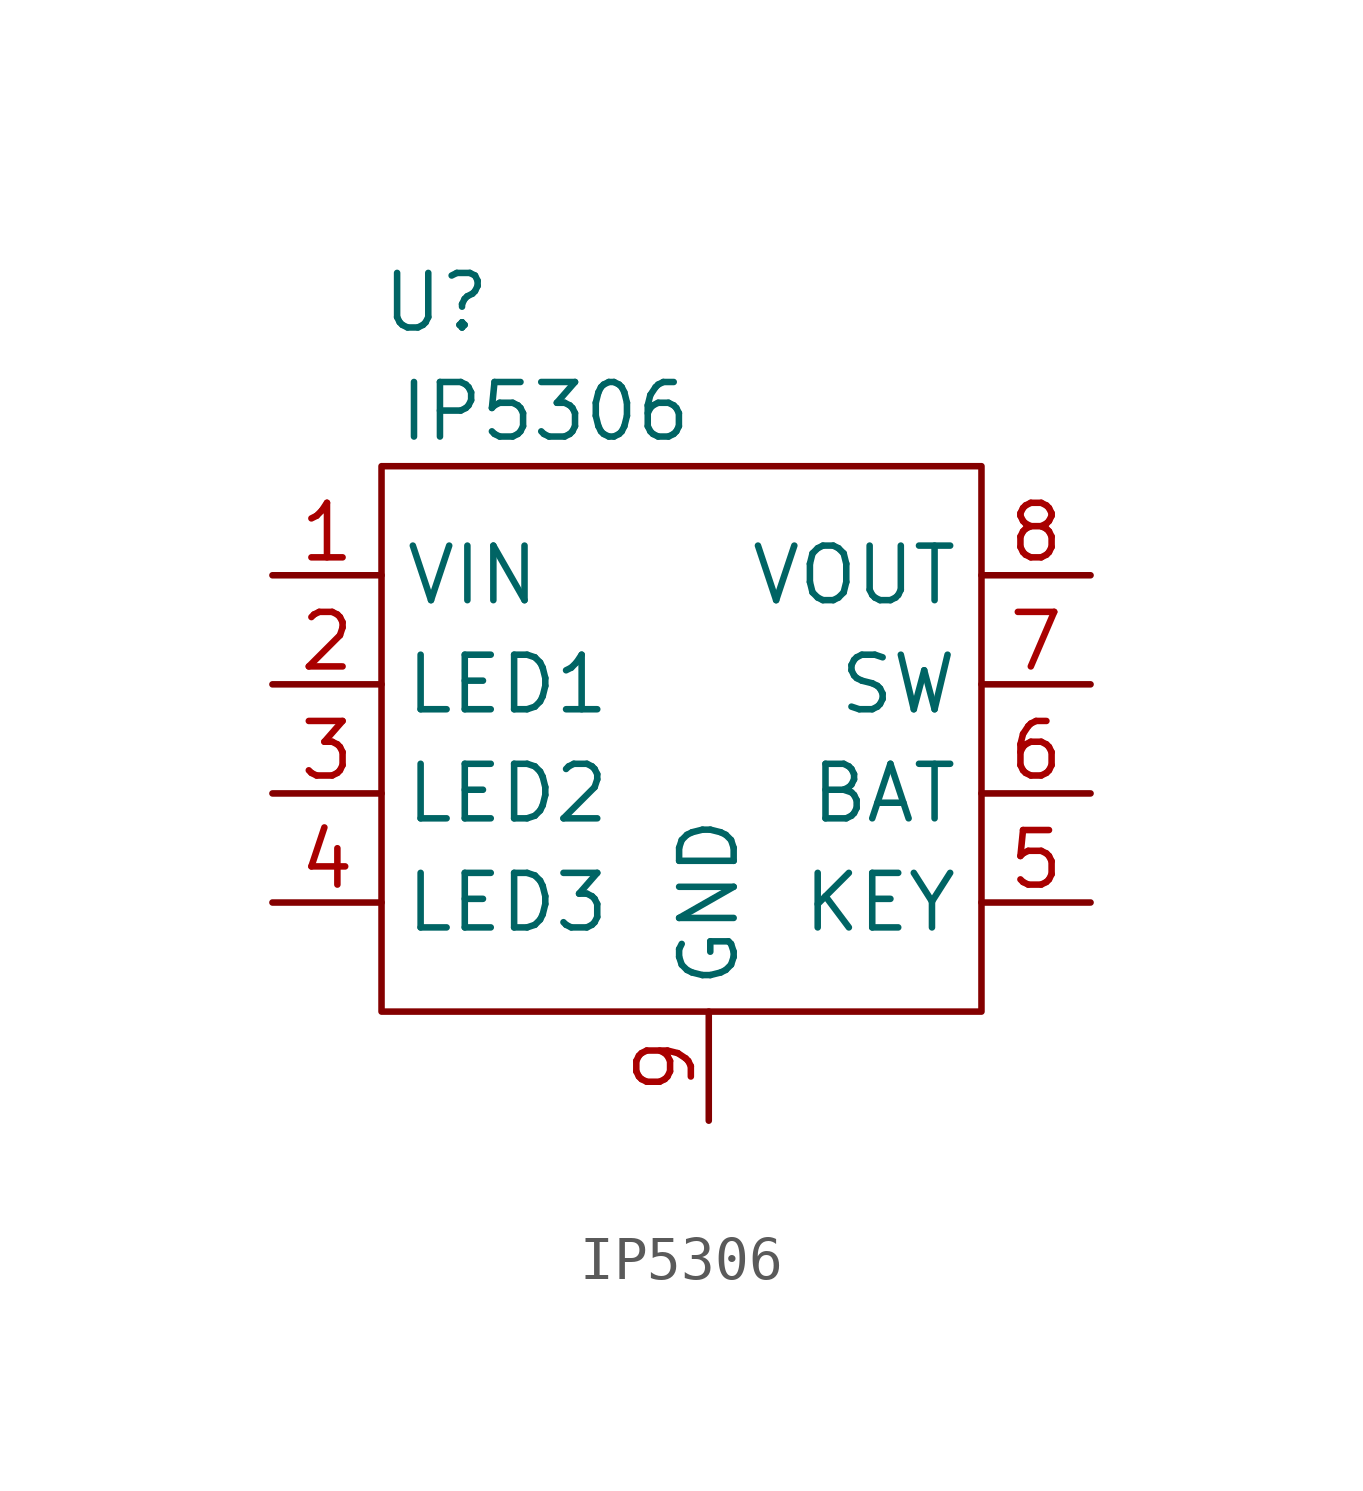
<source format=kicad_sym>
(kicad_symbol_lib
  (version 20211014)
  (generator kicad_symbol_editor)
  (symbol "IP5306"
    (property "Reference" "U"
      (at 1.27 3.81 0)
      (effects (font (size 1.27 1.27))))
    (property "Value" "IP5306"
      (at 3.81 1.27 0)
      (effects (font (size 1.27 1.27))))
    (symbol "IP5306_0_1"
      (rectangle (start 0 0) (end 13.97 -12.7) (stroke (width 0) (type default) (color 0 0 0 0)) (fill (type none))))
    (symbol "IP5306_1_1"
      (pin input line (at -2.54 -2.54 0) (length 2.54) (name "VIN" (effects (font (size 1.27 1.27)))) (number "1" (effects (font (size 1.27 1.27)))))
      (pin output line (at -2.54 -5.08 0) (length 2.54) (name "LED1" (effects (font (size 1.27 1.27)))) (number "2" (effects (font (size 1.27 1.27)))))
      (pin output line (at -2.54 -7.62 0) (length 2.54) (name "LED2" (effects (font (size 1.27 1.27)))) (number "3" (effects (font (size 1.27 1.27)))))
      (pin output line (at -2.54 -10.16 0) (length 2.54) (name "LED3" (effects (font (size 1.27 1.27)))) (number "4" (effects (font (size 1.27 1.27)))))
      (pin input line (at 16.51 -10.16 180) (length 2.54) (name "KEY" (effects (font (size 1.27 1.27)))) (number "5" (effects (font (size 1.27 1.27)))))
      (pin input line (at 16.51 -7.62 180) (length 2.54) (name "BAT" (effects (font (size 1.27 1.27)))) (number "6" (effects (font (size 1.27 1.27)))))
      (pin output line (at 16.51 -5.08 180) (length 2.54) (name "SW" (effects (font (size 1.27 1.27)))) (number "7" (effects (font (size 1.27 1.27)))))
      (pin output line (at 16.51 -2.54 180) (length 2.54) (name "VOUT" (effects (font (size 1.27 1.27)))) (number "8" (effects (font (size 1.27 1.27)))))
      (pin input line (at 7.62 -15.24 90) (length 2.54) (name "GND" (effects (font (size 1.27 1.27)))) (number "9" (effects (font (size 1.27 1.27))))))))
</source>
